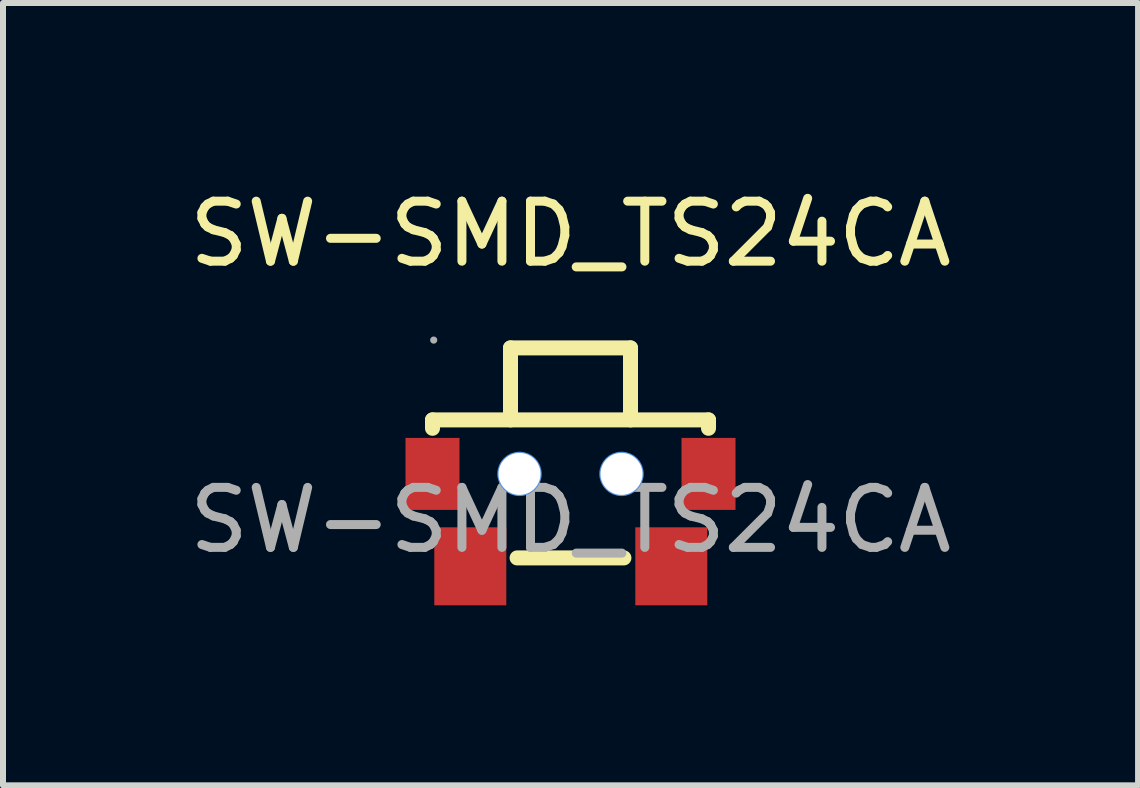
<source format=kicad_pcb>
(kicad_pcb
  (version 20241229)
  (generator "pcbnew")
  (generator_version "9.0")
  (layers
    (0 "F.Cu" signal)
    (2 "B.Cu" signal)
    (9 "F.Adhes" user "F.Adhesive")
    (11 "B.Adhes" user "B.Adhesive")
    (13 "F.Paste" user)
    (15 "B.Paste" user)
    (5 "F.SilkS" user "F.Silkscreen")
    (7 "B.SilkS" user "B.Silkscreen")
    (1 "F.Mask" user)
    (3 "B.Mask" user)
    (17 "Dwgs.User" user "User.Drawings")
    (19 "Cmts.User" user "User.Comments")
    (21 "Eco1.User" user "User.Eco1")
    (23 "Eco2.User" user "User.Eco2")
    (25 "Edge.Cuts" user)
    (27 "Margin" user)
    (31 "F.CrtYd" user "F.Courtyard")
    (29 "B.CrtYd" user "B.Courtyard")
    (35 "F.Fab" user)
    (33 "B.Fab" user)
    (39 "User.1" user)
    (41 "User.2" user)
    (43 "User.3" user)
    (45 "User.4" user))
  (footprint "SW-SMD_TS24CA"
    (layer "F.Cu")
    (at 6.458 5.618)
    (property "Reference" "SW-SMD_TS24CA" (at 0 -4.77 0) (layer "F.SilkS") (effects (font (size 1 1) (thickness 0.15))))
    (attr smd)
    (fp_line (start -2.3 -1.67) (end 2.3 -1.67) (stroke (width 0.25) (type solid)) (layer "F.SilkS"))
    (fp_line (start -2.3 -1.53) (end -2.3 -1.67) (stroke (width 0.25) (type solid)) (layer "F.SilkS"))
    (fp_line (start -1 -2.87) (end -1 -1.67) (stroke (width 0.25) (type solid)) (layer "F.SilkS"))
    (fp_line (start -1 -2.87) (end 1 -2.87) (stroke (width 0.25) (type solid)) (layer "F.SilkS"))
    (fp_line (start -0.89 0.63) (end 0.89 0.63) (stroke (width 0.25) (type solid)) (layer "F.SilkS"))
    (fp_line (start 1 -2.87) (end 1 -1.67) (stroke (width 0.25) (type solid)) (layer "F.SilkS"))
    (fp_line (start 2.3 -1.67) (end 2.3 -1.53) (stroke (width 0.25) (type solid)) (layer "F.SilkS"))
    (fp_circle (center -0.85 -0.77) (end -0.73 -0.77) (stroke (width 0.25) (type solid)) (fill no) (layer "Cmts.User"))
    (fp_circle (center 0.85 -0.77) (end 0.97 -0.77) (stroke (width 0.25) (type solid)) (fill no) (layer "Cmts.User"))
    (fp_circle (center -2.28 -3) (end -2.25 -3) (stroke (width 0.06) (type solid)) (fill no) (layer "F.Fab"))
    (fp_text user "${REFERENCE}" (at 0 0 0) (layer "F.Fab") (effects (font (size 1 1) (thickness 0.15))))
    (pad "" thru_hole circle (at -0.85 -0.77) (size 0.7 0.7) (drill 0.7) (layers "*.Cu" "*.Mask"))
    (pad "" thru_hole circle (at 0.85 -0.77) (size 0.7 0.7) (drill 0.7) (layers "*.Cu" "*.Mask"))
    (pad "1" smd rect (at -2.3 -0.77) (size 0.9 1.2) (layers "F.Cu" "F.Mask" "F.Paste"))
    (pad "2" smd rect (at 2.3 -0.77 180) (size 0.9 1.2) (layers "F.Cu" "F.Mask" "F.Paste"))
    (pad "3" smd rect (at -1.67 0.77 180) (size 1.2 1.3) (layers "F.Cu" "F.Mask" "F.Paste"))
    (pad "4" smd rect (at 1.68 0.77 180) (size 1.2 1.3) (layers "F.Cu" "F.Mask" "F.Paste")))
  (gr_rect
    (start -3 -3)
    (end 15.917 10.038)
    (stroke (width 0.1) (type default))
    (fill no)
    (layer "Edge.Cuts")))
</source>
